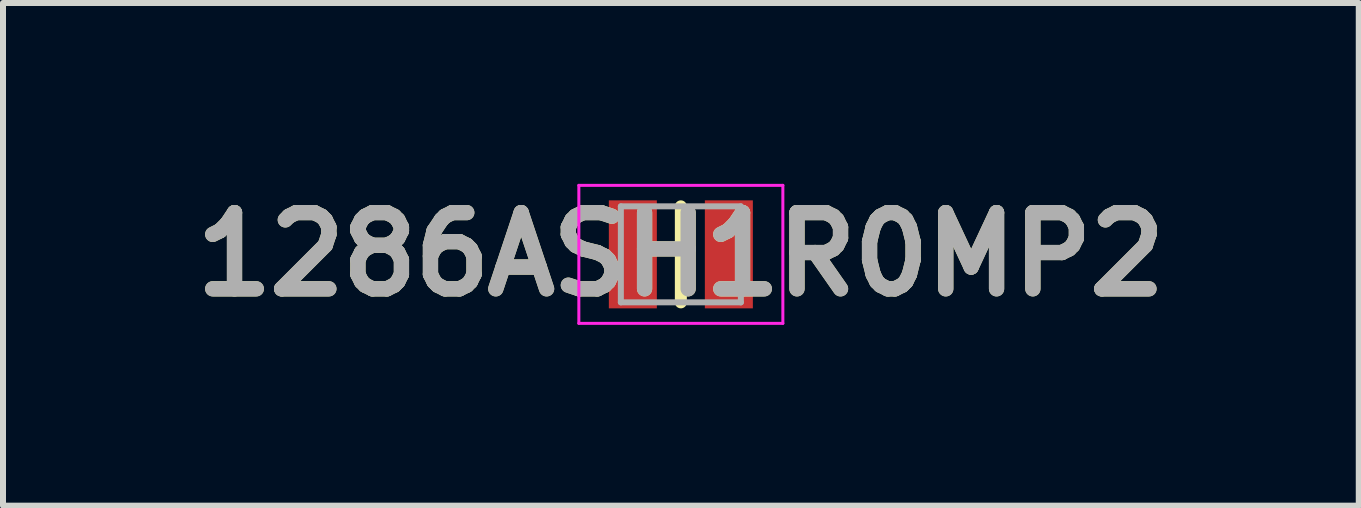
<source format=kicad_pcb>
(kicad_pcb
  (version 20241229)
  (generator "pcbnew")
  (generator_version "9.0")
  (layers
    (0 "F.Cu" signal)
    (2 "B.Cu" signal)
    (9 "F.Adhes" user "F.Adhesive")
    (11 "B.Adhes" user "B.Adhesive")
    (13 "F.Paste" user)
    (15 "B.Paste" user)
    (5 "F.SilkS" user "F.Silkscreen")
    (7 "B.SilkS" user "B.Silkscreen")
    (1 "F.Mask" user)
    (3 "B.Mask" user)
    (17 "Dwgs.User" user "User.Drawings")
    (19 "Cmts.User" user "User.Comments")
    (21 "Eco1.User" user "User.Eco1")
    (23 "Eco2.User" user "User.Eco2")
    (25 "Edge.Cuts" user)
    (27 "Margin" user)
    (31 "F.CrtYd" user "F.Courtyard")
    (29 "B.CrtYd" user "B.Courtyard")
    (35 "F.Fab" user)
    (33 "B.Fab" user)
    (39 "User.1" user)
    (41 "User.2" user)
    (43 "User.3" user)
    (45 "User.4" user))
  (footprint "1286ASH1R0MP2"
    (layer "F.Cu")
    (at 8.297 1.189)
    (property "Reference" "1286ASH1R0MP2" (at 0 0 0) (layer "F.SilkS") (effects (font (size 1.27 1.27) (thickness 0.254))))
    (attr smd)
    (fp_line (start 0 -0.8) (end 0 0.8) (stroke (width 0.2) (type solid)) (layer "F.SilkS"))
    (fp_line (start -1.7 -1.15) (end 1.7 -1.15) (stroke (width 0.05) (type solid)) (layer "F.CrtYd"))
    (fp_line (start -1.7 1.15) (end -1.7 -1.15) (stroke (width 0.05) (type solid)) (layer "F.CrtYd"))
    (fp_line (start 1.7 -1.15) (end 1.7 1.15) (stroke (width 0.05) (type solid)) (layer "F.CrtYd"))
    (fp_line (start 1.7 1.15) (end -1.7 1.15) (stroke (width 0.05) (type solid)) (layer "F.CrtYd"))
    (fp_line (start -1 -0.8) (end 1 -0.8) (stroke (width 0.1) (type solid)) (layer "F.Fab"))
    (fp_line (start -1 0.8) (end -1 -0.8) (stroke (width 0.1) (type solid)) (layer "F.Fab"))
    (fp_line (start 1 -0.8) (end 1 0.8) (stroke (width 0.1) (type solid)) (layer "F.Fab"))
    (fp_line (start 1 0.8) (end -1 0.8) (stroke (width 0.1) (type solid)) (layer "F.Fab"))
    (fp_text user "${REFERENCE}" (at 0 0 0) (layer "F.Fab") (effects (font (size 1.27 1.27) (thickness 0.254))))
    (pad "1" smd rect (at -0.8 0) (size 0.8 1.8) (layers "F.Cu" "F.Mask" "F.Paste"))
    (pad "2" smd rect (at 0.8 0) (size 0.8 1.8) (layers "F.Cu" "F.Mask" "F.Paste")))
  (gr_rect
    (start -3 -3)
    (end 19.595 5.377)
    (stroke (width 0.1) (type default))
    (fill no)
    (layer "Edge.Cuts")))
</source>
